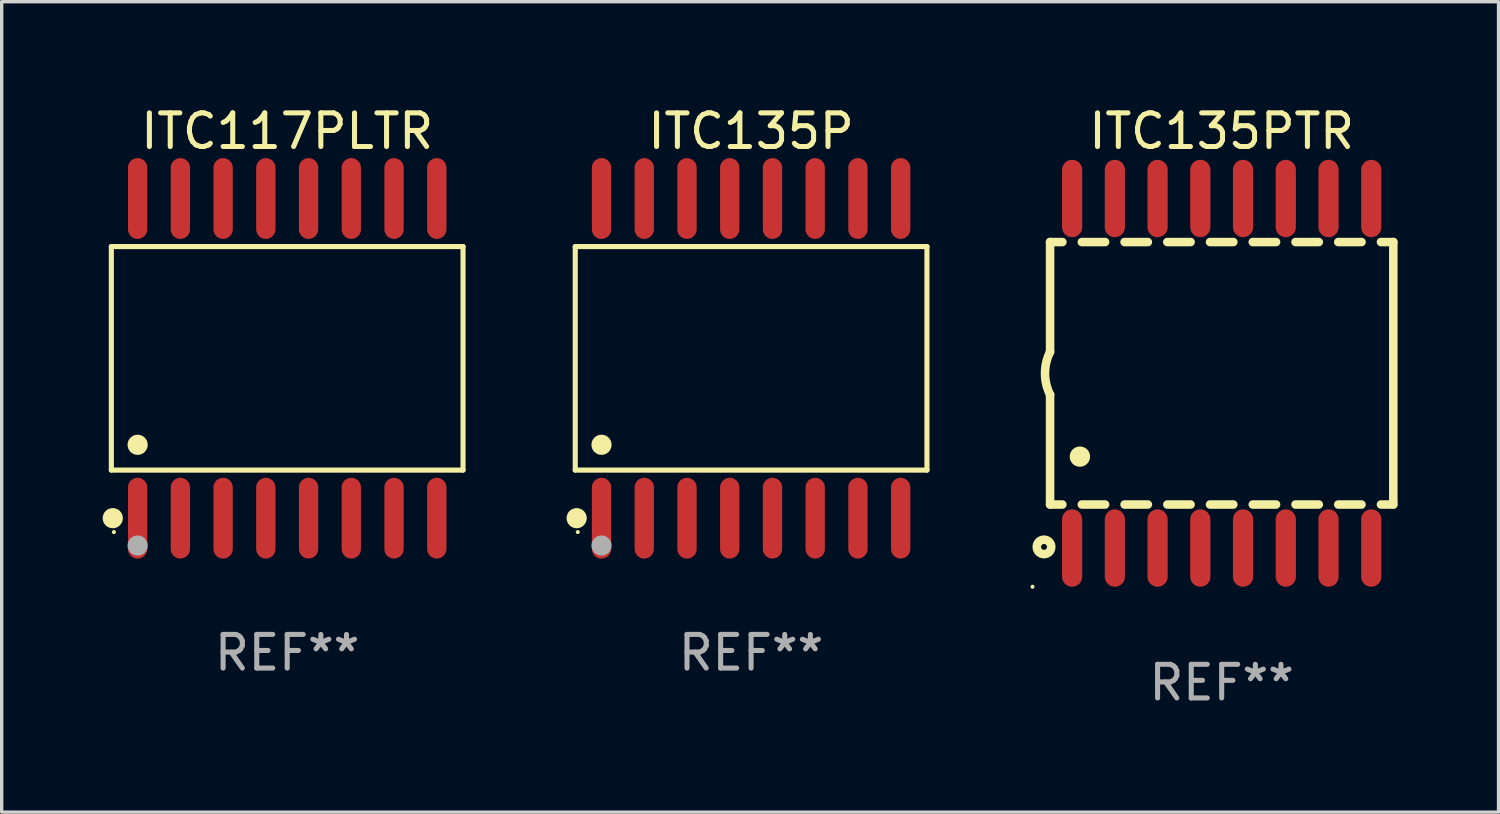
<source format=kicad_pcb>
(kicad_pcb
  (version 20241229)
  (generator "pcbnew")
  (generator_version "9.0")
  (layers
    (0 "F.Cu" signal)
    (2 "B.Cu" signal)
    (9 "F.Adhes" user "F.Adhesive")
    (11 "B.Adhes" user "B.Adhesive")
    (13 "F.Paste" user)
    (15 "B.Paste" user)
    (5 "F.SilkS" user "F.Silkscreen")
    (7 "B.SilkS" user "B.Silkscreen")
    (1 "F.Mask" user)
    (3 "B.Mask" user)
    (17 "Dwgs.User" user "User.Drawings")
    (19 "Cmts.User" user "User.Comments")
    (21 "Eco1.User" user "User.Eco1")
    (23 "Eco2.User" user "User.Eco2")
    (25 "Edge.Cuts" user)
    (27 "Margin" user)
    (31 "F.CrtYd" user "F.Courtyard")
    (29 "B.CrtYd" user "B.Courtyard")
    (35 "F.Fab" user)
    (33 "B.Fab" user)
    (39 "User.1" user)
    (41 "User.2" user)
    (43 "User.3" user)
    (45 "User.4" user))
  (footprint "ITC135P"
    (layer "F.Cu")
    (at 19.271 7.599)
    (property "Reference" "ITC135P" (at 0 -6.75 0) (layer "F.SilkS") (effects (font (size 1 1) (thickness 0.15))))
    (attr through_hole)
    (fp_line (start -5.226 -3.321) (end 5.226 -3.321) (stroke (width 0.152) (type solid)) (layer "F.SilkS"))
    (fp_line (start -5.226 3.321) (end -5.226 -3.321) (stroke (width 0.152) (type solid)) (layer "F.SilkS"))
    (fp_line (start 5.226 -3.321) (end 5.226 3.321) (stroke (width 0.152) (type solid)) (layer "F.SilkS"))
    (fp_line (start 5.226 3.321) (end -5.226 3.321) (stroke (width 0.152) (type solid)) (layer "F.SilkS"))
    (fp_circle (center -5.184 4.75) (end -5.034 4.75) (stroke (width 0.3) (type solid)) (fill no) (layer "F.SilkS"))
    (fp_circle (center -5.15 5.163) (end -5.12 5.163) (stroke (width 0.06) (type solid)) (fill no) (layer "F.SilkS"))
    (fp_circle (center -4.445 2.569) (end -4.295 2.569) (stroke (width 0.3) (type solid)) (fill no) (layer "F.SilkS"))
    (fp_circle (center -4.445 5.563) (end -4.295 5.563) (stroke (width 0.3) (type solid)) (fill no) (layer "F.Fab"))
    (fp_text user "REF**" (at 0 8.75 0) (layer "F.Fab") (effects (font (size 1 1) (thickness 0.15))))
    (pad "1" smd oval (at -4.445 4.75) (size 0.574 2.401) (layers "F.Cu" "F.Mask" "F.Paste"))
    (pad "2" smd oval (at -3.175 4.75) (size 0.574 2.401) (layers "F.Cu" "F.Mask" "F.Paste"))
    (pad "3" smd oval (at -1.905 4.75) (size 0.574 2.401) (layers "F.Cu" "F.Mask" "F.Paste"))
    (pad "4" smd oval (at -0.635 4.75) (size 0.574 2.401) (layers "F.Cu" "F.Mask" "F.Paste"))
    (pad "5" smd oval (at 0.635 4.75) (size 0.574 2.401) (layers "F.Cu" "F.Mask" "F.Paste"))
    (pad "6" smd oval (at 1.905 4.75) (size 0.574 2.401) (layers "F.Cu" "F.Mask" "F.Paste"))
    (pad "7" smd oval (at 3.175 4.75) (size 0.574 2.401) (layers "F.Cu" "F.Mask" "F.Paste"))
    (pad "8" smd oval (at 4.445 4.75) (size 0.574 2.401) (layers "F.Cu" "F.Mask" "F.Paste"))
    (pad "9" smd oval (at 4.445 -4.75) (size 0.574 2.401) (layers "F.Cu" "F.Mask" "F.Paste"))
    (pad "10" smd oval (at 3.175 -4.75) (size 0.574 2.401) (layers "F.Cu" "F.Mask" "F.Paste"))
    (pad "11" smd oval (at 1.905 -4.75) (size 0.574 2.401) (layers "F.Cu" "F.Mask" "F.Paste"))
    (pad "12" smd oval (at 0.635 -4.75) (size 0.574 2.401) (layers "F.Cu" "F.Mask" "F.Paste"))
    (pad "13" smd oval (at -0.635 -4.75) (size 0.574 2.401) (layers "F.Cu" "F.Mask" "F.Paste"))
    (pad "14" smd oval (at -1.905 -4.75) (size 0.574 2.401) (layers "F.Cu" "F.Mask" "F.Paste"))
    (pad "15" smd oval (at -3.175 -4.75) (size 0.574 2.401) (layers "F.Cu" "F.Mask" "F.Paste"))
    (pad "16" smd oval (at -4.445 -4.75) (size 0.574 2.401) (layers "F.Cu" "F.Mask" "F.Paste")))
  (footprint "ITC117PLTR"
    (layer "F.Cu")
    (at 5.485 7.599)
    (property "Reference" "ITC117PLTR" (at 0 -6.75 0) (layer "F.SilkS") (effects (font (size 1 1) (thickness 0.15))))
    (attr through_hole)
    (fp_line (start -5.226 -3.321) (end 5.226 -3.321) (stroke (width 0.152) (type solid)) (layer "F.SilkS"))
    (fp_line (start -5.226 3.321) (end -5.226 -3.321) (stroke (width 0.152) (type solid)) (layer "F.SilkS"))
    (fp_line (start 5.226 -3.321) (end 5.226 3.321) (stroke (width 0.152) (type solid)) (layer "F.SilkS"))
    (fp_line (start 5.226 3.321) (end -5.226 3.321) (stroke (width 0.152) (type solid)) (layer "F.SilkS"))
    (fp_circle (center -5.184 4.75) (end -5.034 4.75) (stroke (width 0.3) (type solid)) (fill no) (layer "F.SilkS"))
    (fp_circle (center -5.15 5.163) (end -5.12 5.163) (stroke (width 0.06) (type solid)) (fill no) (layer "F.SilkS"))
    (fp_circle (center -4.445 2.569) (end -4.295 2.569) (stroke (width 0.3) (type solid)) (fill no) (layer "F.SilkS"))
    (fp_circle (center -4.445 5.563) (end -4.295 5.563) (stroke (width 0.3) (type solid)) (fill no) (layer "F.Fab"))
    (fp_text user "REF**" (at 0 8.75 0) (layer "F.Fab") (effects (font (size 1 1) (thickness 0.15))))
    (pad "1" smd oval (at -4.445 4.75) (size 0.574 2.401) (layers "F.Cu" "F.Mask" "F.Paste"))
    (pad "2" smd oval (at -3.175 4.75) (size 0.574 2.401) (layers "F.Cu" "F.Mask" "F.Paste"))
    (pad "3" smd oval (at -1.905 4.75) (size 0.574 2.401) (layers "F.Cu" "F.Mask" "F.Paste"))
    (pad "4" smd oval (at -0.635 4.75) (size 0.574 2.401) (layers "F.Cu" "F.Mask" "F.Paste"))
    (pad "5" smd oval (at 0.635 4.75) (size 0.574 2.401) (layers "F.Cu" "F.Mask" "F.Paste"))
    (pad "6" smd oval (at 1.905 4.75) (size 0.574 2.401) (layers "F.Cu" "F.Mask" "F.Paste"))
    (pad "7" smd oval (at 3.175 4.75) (size 0.574 2.401) (layers "F.Cu" "F.Mask" "F.Paste"))
    (pad "8" smd oval (at 4.445 4.75) (size 0.574 2.401) (layers "F.Cu" "F.Mask" "F.Paste"))
    (pad "9" smd oval (at 4.445 -4.75) (size 0.574 2.401) (layers "F.Cu" "F.Mask" "F.Paste"))
    (pad "10" smd oval (at 3.175 -4.75) (size 0.574 2.401) (layers "F.Cu" "F.Mask" "F.Paste"))
    (pad "11" smd oval (at 1.905 -4.75) (size 0.574 2.401) (layers "F.Cu" "F.Mask" "F.Paste"))
    (pad "12" smd oval (at 0.635 -4.75) (size 0.574 2.401) (layers "F.Cu" "F.Mask" "F.Paste"))
    (pad "13" smd oval (at -0.635 -4.75) (size 0.574 2.401) (layers "F.Cu" "F.Mask" "F.Paste"))
    (pad "14" smd oval (at -1.905 -4.75) (size 0.574 2.401) (layers "F.Cu" "F.Mask" "F.Paste"))
    (pad "15" smd oval (at -3.175 -4.75) (size 0.574 2.401) (layers "F.Cu" "F.Mask" "F.Paste"))
    (pad "16" smd oval (at -4.445 -4.75) (size 0.574 2.401) (layers "F.Cu" "F.Mask" "F.Paste")))
  (footprint "ITC135PTR"
    (layer "F.Cu")
    (at 33.256 8.043)
    (property "Reference" "ITC135PTR" (at 0 -7.194 0) (layer "F.SilkS") (effects (font (size 1 1) (thickness 0.15))))
    (attr through_hole)
    (fp_line (start -5.1 -3.9) (end -5.1 -0.635) (stroke (width 0.254) (type solid)) (layer "F.SilkS"))
    (fp_line (start -5.1 -3.9) (end -4.734 -3.9) (stroke (width 0.254) (type solid)) (layer "F.SilkS"))
    (fp_line (start -5.1 3.9) (end -5.1 0.635) (stroke (width 0.254) (type solid)) (layer "F.SilkS"))
    (fp_line (start -5.1 3.9) (end -4.734 3.9) (stroke (width 0.254) (type solid)) (layer "F.SilkS"))
    (fp_line (start -4.156 -3.9) (end -3.464 -3.9) (stroke (width 0.254) (type solid)) (layer "F.SilkS"))
    (fp_line (start -4.156 3.9) (end -3.464 3.9) (stroke (width 0.254) (type solid)) (layer "F.SilkS"))
    (fp_line (start -2.886 -3.9) (end -2.194 -3.9) (stroke (width 0.254) (type solid)) (layer "F.SilkS"))
    (fp_line (start -2.886 3.9) (end -2.194 3.9) (stroke (width 0.254) (type solid)) (layer "F.SilkS"))
    (fp_line (start -1.616 -3.9) (end -0.924 -3.9) (stroke (width 0.254) (type solid)) (layer "F.SilkS"))
    (fp_line (start -1.616 3.9) (end -0.924 3.9) (stroke (width 0.254) (type solid)) (layer "F.SilkS"))
    (fp_line (start -0.346 -3.9) (end 0.346 -3.9) (stroke (width 0.254) (type solid)) (layer "F.SilkS"))
    (fp_line (start -0.346 3.9) (end 0.346 3.9) (stroke (width 0.254) (type solid)) (layer "F.SilkS"))
    (fp_line (start 0.924 -3.9) (end 1.616 -3.9) (stroke (width 0.254) (type solid)) (layer "F.SilkS"))
    (fp_line (start 0.924 3.9) (end 1.616 3.9) (stroke (width 0.254) (type solid)) (layer "F.SilkS"))
    (fp_line (start 2.194 -3.9) (end 2.886 -3.9) (stroke (width 0.254) (type solid)) (layer "F.SilkS"))
    (fp_line (start 2.194 3.9) (end 2.886 3.9) (stroke (width 0.254) (type solid)) (layer "F.SilkS"))
    (fp_line (start 3.464 -3.9) (end 4.156 -3.9) (stroke (width 0.254) (type solid)) (layer "F.SilkS"))
    (fp_line (start 3.464 3.9) (end 4.156 3.9) (stroke (width 0.254) (type solid)) (layer "F.SilkS"))
    (fp_line (start 4.734 -3.9) (end 5.1 -3.9) (stroke (width 0.254) (type solid)) (layer "F.SilkS"))
    (fp_line (start 4.734 3.9) (end 5.1 3.9) (stroke (width 0.254) (type solid)) (layer "F.SilkS"))
    (fp_line (start 5.1 3.9) (end 5.1 -3.9) (stroke (width 0.254) (type solid)) (layer "F.SilkS"))
    (fp_arc (start -5.100343 0.635002) (mid -5.25016 -0.00003) (end -5.100089 -0.635001) (stroke (width 0.254001) (type solid)) (layer "F.SilkS"))
    (fp_arc (start -4.216421 2.476505) (mid -4.213881 2.476494) (end -4.211341 2.476505) (stroke (width 0.6) (type solid)) (layer "F.SilkS"))
    (fp_circle (center -5.622 6.344) (end -5.592 6.344) (stroke (width 0.06) (type solid)) (fill no) (layer "F.SilkS"))
    (fp_circle (center -5.28 5.16) (end -5.065 5.16) (stroke (width 0.254) (type solid)) (fill no) (layer "F.SilkS"))
    (fp_text user "REF**" (at 0 9.194 0) (layer "F.Fab") (effects (font (size 1 1) (thickness 0.15))))
    (pad "1" smd oval (at -4.445 5.194 180) (size 0.6 2.3) (layers "F.Cu" "F.Mask" "F.Paste"))
    (pad "2" smd oval (at -3.175 5.194 180) (size 0.6 2.3) (layers "F.Cu" "F.Mask" "F.Paste"))
    (pad "3" smd oval (at -1.905 5.194 180) (size 0.6 2.3) (layers "F.Cu" "F.Mask" "F.Paste"))
    (pad "4" smd oval (at -0.635 5.194 180) (size 0.6 2.3) (layers "F.Cu" "F.Mask" "F.Paste"))
    (pad "5" smd oval (at 0.635 5.194 180) (size 0.6 2.3) (layers "F.Cu" "F.Mask" "F.Paste"))
    (pad "6" smd oval (at 1.905 5.194 180) (size 0.6 2.3) (layers "F.Cu" "F.Mask" "F.Paste"))
    (pad "7" smd oval (at 3.175 5.194 180) (size 0.6 2.3) (layers "F.Cu" "F.Mask" "F.Paste"))
    (pad "8" smd oval (at 4.445 5.194 180) (size 0.6 2.3) (layers "F.Cu" "F.Mask" "F.Paste"))
    (pad "9" smd oval (at 4.445 -5.194 180) (size 0.6 2.3) (layers "F.Cu" "F.Mask" "F.Paste"))
    (pad "10" smd oval (at 3.175 -5.194 180) (size 0.6 2.3) (layers "F.Cu" "F.Mask" "F.Paste"))
    (pad "11" smd oval (at 1.905 -5.194 180) (size 0.6 2.3) (layers "F.Cu" "F.Mask" "F.Paste"))
    (pad "12" smd oval (at 0.635 -5.194 180) (size 0.6 2.3) (layers "F.Cu" "F.Mask" "F.Paste"))
    (pad "13" smd oval (at -0.635 -5.194 180) (size 0.6 2.3) (layers "F.Cu" "F.Mask" "F.Paste"))
    (pad "14" smd oval (at -1.905 -5.194 180) (size 0.6 2.3) (layers "F.Cu" "F.Mask" "F.Paste"))
    (pad "15" smd oval (at -3.175 -5.194 180) (size 0.6 2.3) (layers "F.Cu" "F.Mask" "F.Paste"))
    (pad "16" smd oval (at -4.445 -5.194 180) (size 0.6 2.3) (layers "F.Cu" "F.Mask" "F.Paste")))
  (gr_rect
    (start -3 -3)
    (end 41.483 21.085)
    (stroke (width 0.1) (type default))
    (fill no)
    (layer "Edge.Cuts")))
</source>
